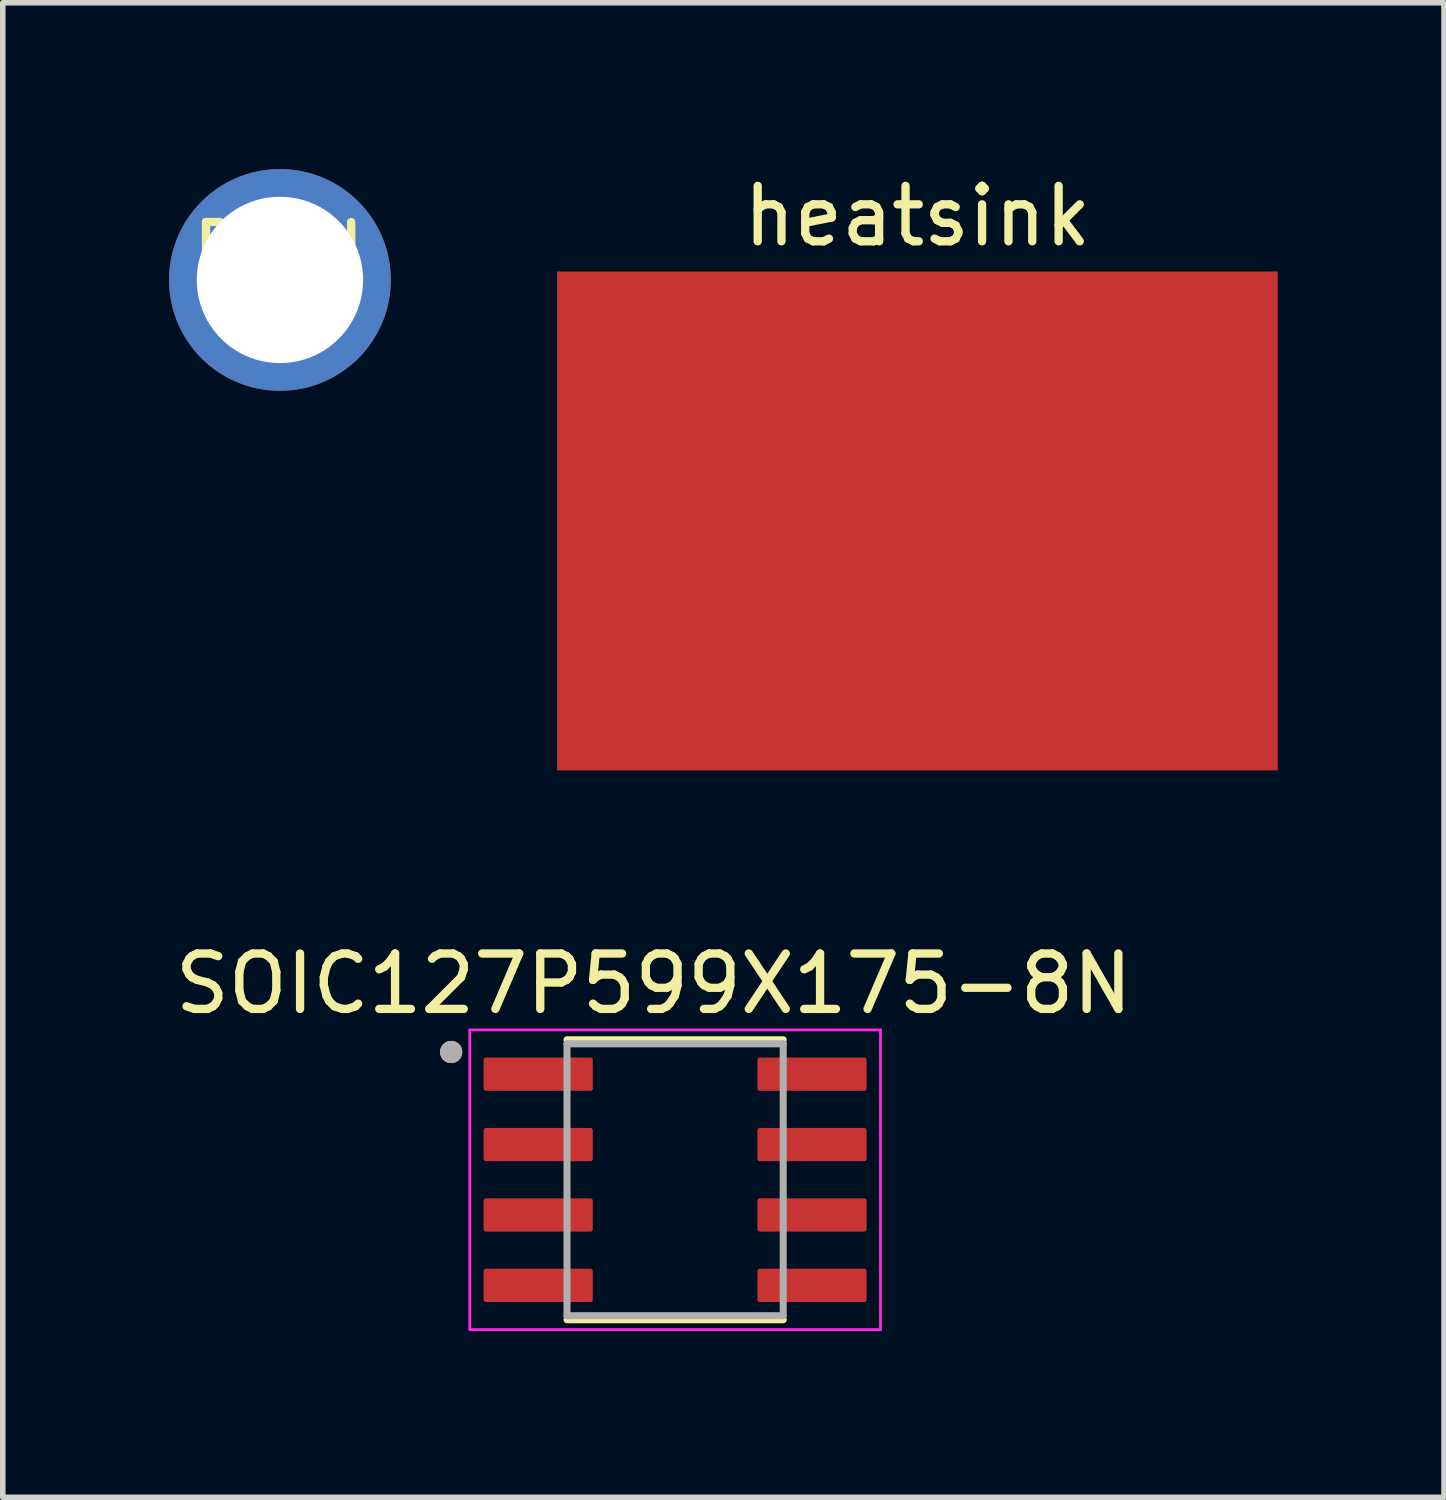
<source format=kicad_pcb>
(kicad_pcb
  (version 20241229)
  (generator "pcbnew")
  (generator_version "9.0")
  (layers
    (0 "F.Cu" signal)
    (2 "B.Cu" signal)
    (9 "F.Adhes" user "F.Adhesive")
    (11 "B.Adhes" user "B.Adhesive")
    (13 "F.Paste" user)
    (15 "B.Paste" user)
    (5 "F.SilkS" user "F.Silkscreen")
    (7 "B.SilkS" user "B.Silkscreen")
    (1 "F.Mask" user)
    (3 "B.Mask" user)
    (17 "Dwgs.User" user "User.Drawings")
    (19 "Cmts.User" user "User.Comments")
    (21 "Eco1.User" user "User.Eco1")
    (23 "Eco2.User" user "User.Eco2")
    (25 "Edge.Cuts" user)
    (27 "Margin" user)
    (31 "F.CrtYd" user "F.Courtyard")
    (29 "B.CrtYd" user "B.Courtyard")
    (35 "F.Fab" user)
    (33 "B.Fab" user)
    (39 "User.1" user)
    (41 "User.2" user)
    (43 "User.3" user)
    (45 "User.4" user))
  (footprint "SOIC127P599X175-8N"
    (layer "F.Cu")
    (at 9.129 18.233)
    (property "Reference" "SOIC127P599X175-8N" (at -0.385 -3.537 0) (layer "F.SilkS") (effects (font (size 1 1) (thickness 0.15))))
    (attr through_hole)
    (fp_line (start -1.95 -2.525) (end 1.95 -2.525) (stroke (width 0.127) (type solid)) (layer "F.SilkS"))
    (fp_line (start -1.95 2.525) (end 1.95 2.525) (stroke (width 0.127) (type solid)) (layer "F.SilkS"))
    (fp_circle (center -4.04 -2.305) (end -3.94 -2.305) (stroke (width 0.2) (type solid)) (fill no) (layer "F.SilkS"))
    (fp_line (start -3.705 -2.703) (end -3.705 2.703) (stroke (width 0.05) (type solid)) (layer "F.CrtYd"))
    (fp_line (start -3.705 -2.703) (end 3.705 -2.703) (stroke (width 0.05) (type solid)) (layer "F.CrtYd"))
    (fp_line (start -3.705 2.703) (end 3.705 2.703) (stroke (width 0.05) (type solid)) (layer "F.CrtYd"))
    (fp_line (start 3.705 -2.703) (end 3.705 2.703) (stroke (width 0.05) (type solid)) (layer "F.CrtYd"))
    (fp_line (start -1.95 -2.453) (end -1.95 2.453) (stroke (width 0.127) (type solid)) (layer "F.Fab"))
    (fp_line (start -1.95 -2.453) (end 1.95 -2.453) (stroke (width 0.127) (type solid)) (layer "F.Fab"))
    (fp_line (start -1.95 2.453) (end 1.95 2.453) (stroke (width 0.127) (type solid)) (layer "F.Fab"))
    (fp_line (start 1.95 -2.453) (end 1.95 2.453) (stroke (width 0.127) (type solid)) (layer "F.Fab"))
    (fp_circle (center -4.04 -2.305) (end -3.94 -2.305) (stroke (width 0.2) (type solid)) (fill no) (layer "F.Fab"))
    (pad "1" smd roundrect (at -2.47 -1.905) (size 1.97 0.6) (layers "F.Cu" "F.Mask" "F.Paste") (roundrect_rratio 0.07))
    (pad "2" smd roundrect (at -2.47 -0.635) (size 1.97 0.6) (layers "F.Cu" "F.Mask" "F.Paste") (roundrect_rratio 0.07))
    (pad "3" smd roundrect (at -2.47 0.635) (size 1.97 0.6) (layers "F.Cu" "F.Mask" "F.Paste") (roundrect_rratio 0.07))
    (pad "4" smd roundrect (at -2.47 1.905) (size 1.97 0.6) (layers "F.Cu" "F.Mask" "F.Paste") (roundrect_rratio 0.07))
    (pad "5" smd roundrect (at 2.47 1.905) (size 1.97 0.6) (layers "F.Cu" "F.Mask" "F.Paste") (roundrect_rratio 0.07))
    (pad "6" smd roundrect (at 2.47 0.635) (size 1.97 0.6) (layers "F.Cu" "F.Mask" "F.Paste") (roundrect_rratio 0.07))
    (pad "7" smd roundrect (at 2.47 -0.635) (size 1.97 0.6) (layers "F.Cu" "F.Mask" "F.Paste") (roundrect_rratio 0.07))
    (pad "8" smd roundrect (at 2.47 -1.905) (size 1.97 0.6) (layers "F.Cu" "F.Mask" "F.Paste") (roundrect_rratio 0.07)))
  (footprint "heatsink"
    (layer "F.Cu")
    (at 13.5 6.348)
    (property "Reference" "heatsink" (at 0 -5.5 0) (unlocked yes) (layer "F.SilkS") (effects (font (size 1 1) (thickness 0.15))))
    (attr smd)
    (pad "1" smd rect (at 0 0) (size 13 9) (layers "F.Cu" "F.Mask" "F.Paste")))
  (footprint "Drill"
    (layer "F.Cu")
    (at 2 2)
    (property "Reference" "Drill" (at 0 -0.5 0) (unlocked yes) (layer "F.SilkS") (effects (font (size 1 1) (thickness 0.15))))
    (attr through_hole)
    (pad "" np_thru_hole circle (at 0 0) (size 4 4) (drill 3) (layers "*.Cu" "*.Mask")))
  (gr_rect
    (start -3 -3)
    (end 23 23.961)
    (stroke (width 0.1) (type default))
    (fill no)
    (layer "Edge.Cuts")))
</source>
